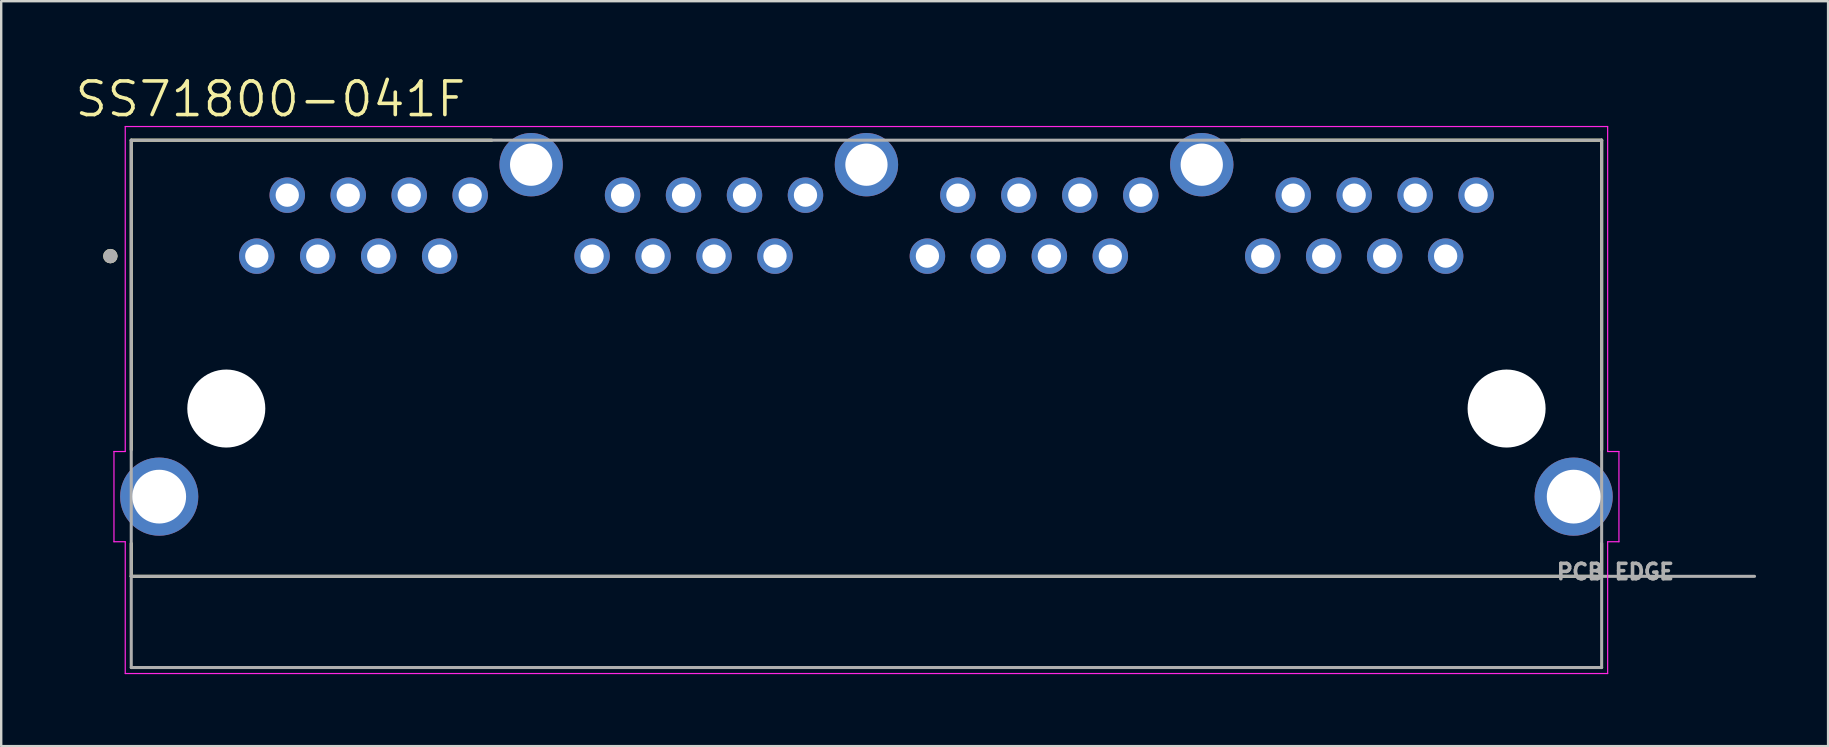
<source format=kicad_pcb>
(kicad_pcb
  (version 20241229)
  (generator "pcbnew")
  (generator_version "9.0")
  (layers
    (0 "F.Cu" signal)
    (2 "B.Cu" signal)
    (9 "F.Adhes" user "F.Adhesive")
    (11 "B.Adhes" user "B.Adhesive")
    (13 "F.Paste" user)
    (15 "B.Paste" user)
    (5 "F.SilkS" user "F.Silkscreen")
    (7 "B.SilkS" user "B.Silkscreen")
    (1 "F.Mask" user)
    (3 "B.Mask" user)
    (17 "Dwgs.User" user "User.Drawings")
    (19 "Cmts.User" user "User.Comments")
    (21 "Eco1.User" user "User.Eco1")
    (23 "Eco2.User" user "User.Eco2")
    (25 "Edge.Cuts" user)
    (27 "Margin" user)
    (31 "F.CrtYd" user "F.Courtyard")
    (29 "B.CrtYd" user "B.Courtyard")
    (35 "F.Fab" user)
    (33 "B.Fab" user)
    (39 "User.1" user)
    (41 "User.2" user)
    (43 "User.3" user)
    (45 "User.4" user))
  (footprint "SS71800-041F"
    (layer "F.Cu")
    (at 33.048 13.971)
    (property "Reference" "SS71800-041F" (at -24.83 -12.889 0) (layer "F.SilkS") (effects (font (size 1.4 1.4) (thickness 0.15))))
    (attr through_hole)
    (fp_line (start -30.63 -11.18) (end -30.63 1.72) (stroke (width 0.127) (type solid)) (layer "F.SilkS"))
    (fp_line (start -30.63 -11.18) (end -15.61 -11.18) (stroke (width 0.127) (type solid)) (layer "F.SilkS"))
    (fp_line (start -30.63 6.99) (end -30.63 5.62) (stroke (width 0.127) (type solid)) (layer "F.SilkS"))
    (fp_line (start 15.61 -11.18) (end 30.63 -11.18) (stroke (width 0.127) (type solid)) (layer "F.SilkS"))
    (fp_line (start 30.63 -11.18) (end 30.63 1.72) (stroke (width 0.127) (type solid)) (layer "F.SilkS"))
    (fp_line (start 30.63 6.99) (end -30.63 6.99) (stroke (width 0.127) (type solid)) (layer "F.SilkS"))
    (fp_line (start 30.63 6.99) (end 30.63 5.62) (stroke (width 0.127) (type solid)) (layer "F.SilkS"))
    (fp_circle (center -31.5 -6.35) (end -31.35 -6.35) (stroke (width 0.3) (type solid)) (fill no) (layer "F.SilkS"))
    (fp_line (start -31.35 1.79) (end -31.35 5.55) (stroke (width 0.05) (type solid)) (layer "F.CrtYd"))
    (fp_line (start -31.35 5.55) (end -30.88 5.55) (stroke (width 0.05) (type solid)) (layer "F.CrtYd"))
    (fp_line (start -30.88 -11.75) (end -30.88 1.79) (stroke (width 0.05) (type solid)) (layer "F.CrtYd"))
    (fp_line (start -30.88 1.79) (end -31.35 1.79) (stroke (width 0.05) (type solid)) (layer "F.CrtYd"))
    (fp_line (start -30.88 5.55) (end -30.88 11.04) (stroke (width 0.05) (type solid)) (layer "F.CrtYd"))
    (fp_line (start -30.88 11.04) (end 30.88 11.04) (stroke (width 0.05) (type solid)) (layer "F.CrtYd"))
    (fp_line (start 30.88 -11.75) (end -30.88 -11.75) (stroke (width 0.05) (type solid)) (layer "F.CrtYd"))
    (fp_line (start 30.88 1.79) (end 30.88 -11.75) (stroke (width 0.05) (type solid)) (layer "F.CrtYd"))
    (fp_line (start 30.88 1.79) (end 31.35 1.79) (stroke (width 0.05) (type solid)) (layer "F.CrtYd"))
    (fp_line (start 30.88 11.04) (end 30.88 5.55) (stroke (width 0.05) (type solid)) (layer "F.CrtYd"))
    (fp_line (start 31.35 1.79) (end 31.35 5.55) (stroke (width 0.05) (type solid)) (layer "F.CrtYd"))
    (fp_line (start 31.35 5.55) (end 30.88 5.55) (stroke (width 0.05) (type solid)) (layer "F.CrtYd"))
    (fp_line (start -30.63 -11.18) (end 30.63 -11.18) (stroke (width 0.127) (type solid)) (layer "F.Fab"))
    (fp_line (start -30.63 6.99) (end -30.63 -11.18) (stroke (width 0.127) (type solid)) (layer "F.Fab"))
    (fp_line (start -30.63 6.99) (end 37 6.99) (stroke (width 0.127) (type solid)) (layer "F.Fab"))
    (fp_line (start -30.63 10.79) (end -30.63 6.99) (stroke (width 0.127) (type solid)) (layer "F.Fab"))
    (fp_line (start 30.63 -11.18) (end 30.63 10.79) (stroke (width 0.127) (type solid)) (layer "F.Fab"))
    (fp_line (start 30.63 10.79) (end -30.63 10.79) (stroke (width 0.127) (type solid)) (layer "F.Fab"))
    (fp_circle (center -31.5 -6.35) (end -31.35 -6.35) (stroke (width 0.3) (type solid)) (fill no) (layer "F.Fab"))
    (fp_text user "PCB EDGE" (at 31.2 6.8 0) (layer "F.Fab") (effects (font (size 0.64 0.64) (thickness 0.15))))
    (pad "" np_thru_hole circle (at -26.67 0) (size 3.25 3.25) (drill 3.25) (layers "*.Cu" "*.Mask"))
    (pad "" np_thru_hole circle (at 26.67 0) (size 3.25 3.25) (drill 3.25) (layers "*.Cu" "*.Mask"))
    (pad "1_1" thru_hole circle (at -25.4 -6.35) (size 1.478 1.478) (drill 0.97) (layers "*.Cu" "*.Mask"))
    (pad "1_2" thru_hole circle (at -11.43 -6.35) (size 1.478 1.478) (drill 0.97) (layers "*.Cu" "*.Mask"))
    (pad "1_3" thru_hole circle (at 2.54 -6.35) (size 1.478 1.478) (drill 0.97) (layers "*.Cu" "*.Mask"))
    (pad "1_4" thru_hole circle (at 16.51 -6.35) (size 1.478 1.478) (drill 0.97) (layers "*.Cu" "*.Mask"))
    (pad "2_1" thru_hole circle (at -24.13 -8.89) (size 1.478 1.478) (drill 0.97) (layers "*.Cu" "*.Mask"))
    (pad "2_2" thru_hole circle (at -10.16 -8.89) (size 1.478 1.478) (drill 0.97) (layers "*.Cu" "*.Mask"))
    (pad "2_3" thru_hole circle (at 3.81 -8.89) (size 1.478 1.478) (drill 0.97) (layers "*.Cu" "*.Mask"))
    (pad "2_4" thru_hole circle (at 17.78 -8.89) (size 1.478 1.478) (drill 0.97) (layers "*.Cu" "*.Mask"))
    (pad "3_1" thru_hole circle (at -22.86 -6.35) (size 1.478 1.478) (drill 0.97) (layers "*.Cu" "*.Mask"))
    (pad "3_2" thru_hole circle (at -8.89 -6.35) (size 1.478 1.478) (drill 0.97) (layers "*.Cu" "*.Mask"))
    (pad "3_3" thru_hole circle (at 5.08 -6.35) (size 1.478 1.478) (drill 0.97) (layers "*.Cu" "*.Mask"))
    (pad "3_4" thru_hole circle (at 19.05 -6.35) (size 1.478 1.478) (drill 0.97) (layers "*.Cu" "*.Mask"))
    (pad "4_1" thru_hole circle (at -21.59 -8.89) (size 1.478 1.478) (drill 0.97) (layers "*.Cu" "*.Mask"))
    (pad "4_2" thru_hole circle (at -7.62 -8.89) (size 1.478 1.478) (drill 0.97) (layers "*.Cu" "*.Mask"))
    (pad "4_3" thru_hole circle (at 6.35 -8.89) (size 1.478 1.478) (drill 0.97) (layers "*.Cu" "*.Mask"))
    (pad "4_4" thru_hole circle (at 20.32 -8.89) (size 1.478 1.478) (drill 0.97) (layers "*.Cu" "*.Mask"))
    (pad "5_1" thru_hole circle (at -20.32 -6.35) (size 1.478 1.478) (drill 0.97) (layers "*.Cu" "*.Mask"))
    (pad "5_2" thru_hole circle (at -6.35 -6.35) (size 1.478 1.478) (drill 0.97) (layers "*.Cu" "*.Mask"))
    (pad "5_3" thru_hole circle (at 7.62 -6.35) (size 1.478 1.478) (drill 0.97) (layers "*.Cu" "*.Mask"))
    (pad "5_4" thru_hole circle (at 21.59 -6.35) (size 1.478 1.478) (drill 0.97) (layers "*.Cu" "*.Mask"))
    (pad "6_1" thru_hole circle (at -19.05 -8.89) (size 1.478 1.478) (drill 0.97) (layers "*.Cu" "*.Mask"))
    (pad "6_2" thru_hole circle (at -5.08 -8.89) (size 1.478 1.478) (drill 0.97) (layers "*.Cu" "*.Mask"))
    (pad "6_3" thru_hole circle (at 8.89 -8.89) (size 1.478 1.478) (drill 0.97) (layers "*.Cu" "*.Mask"))
    (pad "6_4" thru_hole circle (at 22.86 -8.89) (size 1.478 1.478) (drill 0.97) (layers "*.Cu" "*.Mask"))
    (pad "7_1" thru_hole circle (at -17.78 -6.35) (size 1.478 1.478) (drill 0.97) (layers "*.Cu" "*.Mask"))
    (pad "7_2" thru_hole circle (at -3.81 -6.35) (size 1.478 1.478) (drill 0.97) (layers "*.Cu" "*.Mask"))
    (pad "7_3" thru_hole circle (at 10.16 -6.35) (size 1.478 1.478) (drill 0.97) (layers "*.Cu" "*.Mask"))
    (pad "7_4" thru_hole circle (at 24.13 -6.35) (size 1.478 1.478) (drill 0.97) (layers "*.Cu" "*.Mask"))
    (pad "8_1" thru_hole circle (at -16.51 -8.89) (size 1.478 1.478) (drill 0.97) (layers "*.Cu" "*.Mask"))
    (pad "8_2" thru_hole circle (at -2.54 -8.89) (size 1.478 1.478) (drill 0.97) (layers "*.Cu" "*.Mask"))
    (pad "8_3" thru_hole circle (at 11.43 -8.89) (size 1.478 1.478) (drill 0.97) (layers "*.Cu" "*.Mask"))
    (pad "8_4" thru_hole circle (at 25.4 -8.89) (size 1.478 1.478) (drill 0.97) (layers "*.Cu" "*.Mask"))
    (pad "S1" thru_hole circle (at -29.465 3.67) (size 3.256 3.256) (drill 2.24) (layers "*.Cu" "*.Mask"))
    (pad "S2" thru_hole circle (at 29.465 3.67) (size 3.256 3.256) (drill 2.24) (layers "*.Cu" "*.Mask"))
    (pad "S3" thru_hole circle (at -13.97 -10.16) (size 2.64 2.64) (drill 1.76) (layers "*.Cu" "*.Mask"))
    (pad "S4" thru_hole circle (at 0 -10.16) (size 2.64 2.64) (drill 1.76) (layers "*.Cu" "*.Mask"))
    (pad "S5" thru_hole circle (at 13.97 -10.16) (size 2.64 2.64) (drill 1.76) (layers "*.Cu" "*.Mask")))
  (gr_rect
    (start -3 -3)
    (end 73.112 28.036)
    (stroke (width 0.1) (type default))
    (fill no)
    (layer "Edge.Cuts")))
</source>
